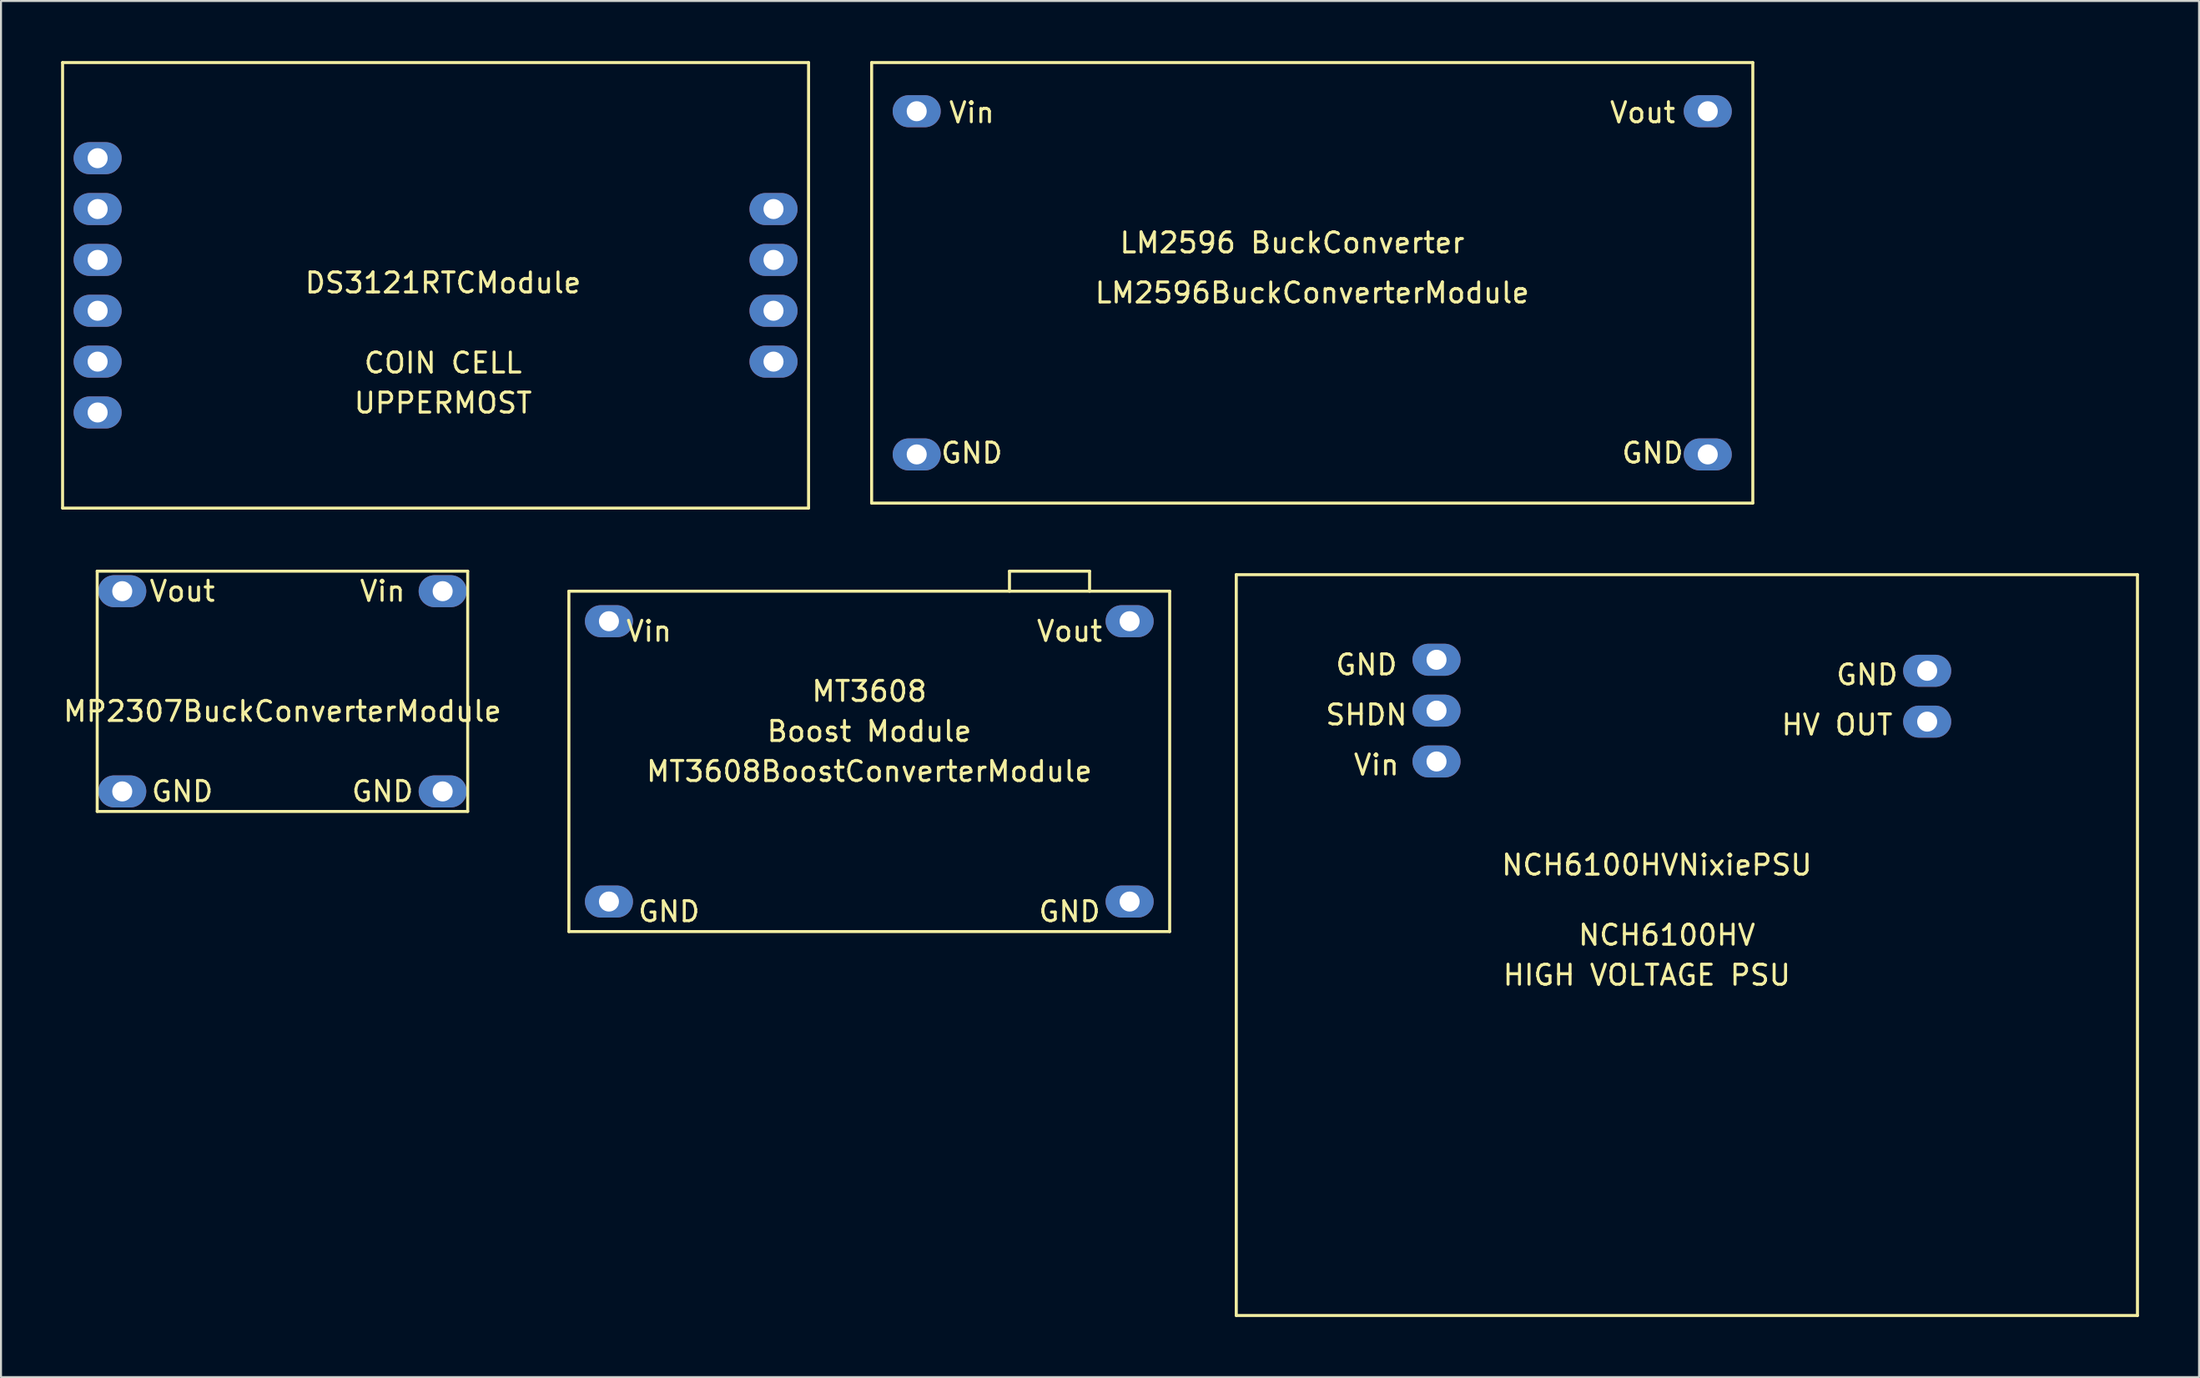
<source format=kicad_pcb>
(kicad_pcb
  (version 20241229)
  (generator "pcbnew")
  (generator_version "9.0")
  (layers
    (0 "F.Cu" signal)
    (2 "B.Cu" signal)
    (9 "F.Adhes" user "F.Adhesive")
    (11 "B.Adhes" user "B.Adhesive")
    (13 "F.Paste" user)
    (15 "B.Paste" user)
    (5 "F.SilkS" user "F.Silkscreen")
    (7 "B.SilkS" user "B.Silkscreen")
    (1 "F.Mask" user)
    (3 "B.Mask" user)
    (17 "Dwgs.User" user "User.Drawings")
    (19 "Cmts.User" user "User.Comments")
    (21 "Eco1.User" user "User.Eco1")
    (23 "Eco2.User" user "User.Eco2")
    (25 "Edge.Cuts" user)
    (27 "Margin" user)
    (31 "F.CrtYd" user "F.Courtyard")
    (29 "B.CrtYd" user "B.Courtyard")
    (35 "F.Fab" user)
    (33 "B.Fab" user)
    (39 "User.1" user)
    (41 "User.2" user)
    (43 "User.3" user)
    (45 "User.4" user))
  (footprint "LM2596BuckConverterModule"
    (layer "F.Cu")
    (at 62.475 11.075)
    (property "Reference" "LM2596BuckConverterModule" (at 0 0.5 0) (layer "F.SilkS") (effects (font (size 1 1) (thickness 0.15))))
    (attr through_hole)
    (fp_line (start -22 -11) (end -22 11) (stroke (width 0.15) (type solid)) (layer "F.SilkS"))
    (fp_line (start -22 11) (end 22 11) (stroke (width 0.15) (type solid)) (layer "F.SilkS"))
    (fp_line (start 22 -11) (end -22 -11) (stroke (width 0.15) (type solid)) (layer "F.SilkS"))
    (fp_line (start 22 11) (end 22 -11) (stroke (width 0.15) (type solid)) (layer "F.SilkS"))
    (fp_text user "GND" (at -17 8.5 0) (layer "F.SilkS") (effects (font (size 1 1) (thickness 0.15))))
    (fp_text user "LM2596 BuckConverter" (at -1 -2 0) (layer "F.SilkS") (effects (font (size 1 1) (thickness 0.15))))
    (fp_text user "Vin" (at -17 -8.5 0) (layer "F.SilkS") (effects (font (size 1 1) (thickness 0.15))))
    (fp_text user "GND" (at 17 8.5 0) (layer "F.SilkS") (effects (font (size 1 1) (thickness 0.15))))
    (fp_text user "Vout" (at 16.5 -8.5 0) (layer "F.SilkS") (effects (font (size 1 1) (thickness 0.15))))
    (pad "1" thru_hole oval (at -19.75 -8.57) (size 2.4 1.6) (drill 1) (layers "*.Cu" "*.Mask"))
    (pad "2" thru_hole oval (at -19.75 8.57) (size 2.4 1.6) (drill 1) (layers "*.Cu" "*.Mask"))
    (pad "3" thru_hole oval (at 19.75 8.57) (size 2.4 1.6) (drill 1) (layers "*.Cu" "*.Mask"))
    (pad "4" thru_hole oval (at 19.75 -8.57 180) (size 2.4 1.6) (drill 1) (layers "*.Cu" "*.Mask")))
  (footprint "DS3121RTCModule"
    (layer "F.Cu")
    (at 19.075 9.075)
    (property "Reference" "DS3121RTCModule" (at 0 2 0) (layer "F.SilkS") (effects (font (size 1 1) (thickness 0.15))))
    (attr through_hole)
    (fp_line (start -19 -9) (end -19 13.25) (stroke (width 0.15) (type solid)) (layer "F.SilkS"))
    (fp_line (start -19 -9) (end 18.25 -9) (stroke (width 0.15) (type solid)) (layer "F.SilkS"))
    (fp_line (start -19 13.25) (end 18.25 13.25) (stroke (width 0.15) (type solid)) (layer "F.SilkS"))
    (fp_line (start 18.25 -9) (end 18.25 13.25) (stroke (width 0.15) (type solid)) (layer "F.SilkS"))
    (fp_text user "UPPERMOST" (at 0 8 0) (layer "F.SilkS") (effects (font (size 1 1) (thickness 0.15))))
    (fp_text user "COIN CELL" (at 0 6 0) (layer "F.SilkS") (effects (font (size 1 1) (thickness 0.15))))
    (pad "1" thru_hole oval (at -17.25 -4.225) (size 2.4 1.6) (drill 1) (layers "*.Cu" "*.Mask"))
    (pad "2" thru_hole oval (at -17.25 -1.685) (size 2.4 1.6) (drill 1) (layers "*.Cu" "*.Mask"))
    (pad "3" thru_hole oval (at -17.25 0.855) (size 2.4 1.6) (drill 1) (layers "*.Cu" "*.Mask"))
    (pad "4" thru_hole oval (at -17.25 3.395) (size 2.4 1.6) (drill 1) (layers "*.Cu" "*.Mask"))
    (pad "5" thru_hole oval (at -17.25 5.935) (size 2.4 1.6) (drill 1) (layers "*.Cu" "*.Mask"))
    (pad "6" thru_hole oval (at -17.25 8.475) (size 2.4 1.6) (drill 1) (layers "*.Cu" "*.Mask"))
    (pad "7" thru_hole oval (at 16.5 5.935) (size 2.4 1.6) (drill 1) (layers "*.Cu" "*.Mask"))
    (pad "8" thru_hole oval (at 16.5 3.395) (size 2.4 1.6) (drill 1) (layers "*.Cu" "*.Mask"))
    (pad "9" thru_hole oval (at 16.5 0.855) (size 2.4 1.6) (drill 1) (layers "*.Cu" "*.Mask"))
    (pad "10" thru_hole oval (at 16.5 -1.685) (size 2.4 1.6) (drill 1) (layers "*.Cu" "*.Mask")))
  (footprint "MT3608BoostConverterModule"
    (layer "F.Cu")
    (at 25.357 26.475)
    (property "Reference" "MT3608BoostConverterModule" (at 15 9 0) (layer "F.SilkS") (effects (font (size 1 1) (thickness 0.15))))
    (attr through_hole)
    (fp_line (start 0 0) (end 0 17) (stroke (width 0.15) (type solid)) (layer "F.SilkS"))
    (fp_line (start 0 0) (end 30 0) (stroke (width 0.15) (type solid)) (layer "F.SilkS"))
    (fp_line (start 22 -1) (end 26 -1) (stroke (width 0.15) (type solid)) (layer "F.SilkS"))
    (fp_line (start 22 0) (end 22 -1) (stroke (width 0.15) (type solid)) (layer "F.SilkS"))
    (fp_line (start 26 -1) (end 26 0) (stroke (width 0.15) (type solid)) (layer "F.SilkS"))
    (fp_line (start 30 0) (end 30 17) (stroke (width 0.15) (type solid)) (layer "F.SilkS"))
    (fp_line (start 30 17) (end 0 17) (stroke (width 0.15) (type solid)) (layer "F.SilkS"))
    (fp_text user "MT3608" (at 15 5 0) (layer "F.SilkS") (effects (font (size 1 1) (thickness 0.15))))
    (fp_text user "Boost Module" (at 15 7 0) (layer "F.SilkS") (effects (font (size 1 1) (thickness 0.15))))
    (fp_text user "Vout" (at 25 2 0) (layer "F.SilkS") (effects (font (size 1 1) (thickness 0.15))))
    (fp_text user "GND" (at 5 16 0) (layer "F.SilkS") (effects (font (size 1 1) (thickness 0.15))))
    (fp_text user "GND" (at 25 16 0) (layer "F.SilkS") (effects (font (size 1 1) (thickness 0.15))))
    (fp_text user "Vin" (at 4 2 0) (layer "F.SilkS") (effects (font (size 1 1) (thickness 0.15))))
    (pad "1" thru_hole oval (at 2 1.5) (size 2.4 1.6) (drill 1) (layers "*.Cu" "*.Mask"))
    (pad "2" thru_hole oval (at 2 15.5) (size 2.4 1.6) (drill 1) (layers "*.Cu" "*.Mask"))
    (pad "3" thru_hole oval (at 28 15.5) (size 2.4 1.6) (drill 1) (layers "*.Cu" "*.Mask"))
    (pad "4" thru_hole oval (at 28 1.5) (size 2.4 1.6) (drill 1) (layers "*.Cu" "*.Mask")))
  (footprint "NCH6100HVNixiePSU"
    (layer "F.Cu")
    (at 58.682 25.65)
    (property "Reference" "NCH6100HVNixiePSU" (at 21 14.5 180) (layer "F.SilkS") (effects (font (size 1 1) (thickness 0.15))))
    (attr through_hole)
    (fp_line (start 0 0) (end 0 37) (stroke (width 0.15) (type solid)) (layer "F.SilkS"))
    (fp_line (start 0 0) (end 45 0) (stroke (width 0.15) (type solid)) (layer "F.SilkS"))
    (fp_line (start 45 0) (end 45 37) (stroke (width 0.15) (type solid)) (layer "F.SilkS"))
    (fp_line (start 45 37) (end 0 37) (stroke (width 0.15) (type solid)) (layer "F.SilkS"))
    (fp_text user "Vin" (at 7 9.5 180) (layer "F.SilkS") (effects (font (size 1 1) (thickness 0.15))))
    (fp_text user "HV OUT" (at 30 7.5 180) (layer "F.SilkS") (effects (font (size 1 1) (thickness 0.15))))
    (fp_text user "SHDN" (at 6.5 7 180) (layer "F.SilkS") (effects (font (size 1 1) (thickness 0.15))))
    (fp_text user "GND" (at 31.5 5 180) (layer "F.SilkS") (effects (font (size 1 1) (thickness 0.15))))
    (fp_text user "HIGH VOLTAGE PSU" (at 20.5 20 180) (layer "F.SilkS") (effects (font (size 1 1) (thickness 0.15))))
    (fp_text user "GND" (at 6.5 4.5 180) (layer "F.SilkS") (effects (font (size 1 1) (thickness 0.15))))
    (fp_text user "NCH6100HV" (at 21.5 18 180) (layer "F.SilkS") (effects (font (size 1 1) (thickness 0.15))))
    (pad "1" thru_hole oval (at 10 9.33) (size 2.4 1.6) (drill 1) (layers "*.Cu" "*.Mask"))
    (pad "2" thru_hole oval (at 10 6.79) (size 2.4 1.6) (drill 1) (layers "*.Cu" "*.Mask"))
    (pad "3" thru_hole oval (at 10 4.25) (size 2.4 1.6) (drill 1) (layers "*.Cu" "*.Mask"))
    (pad "4" thru_hole oval (at 34.5 4.8) (size 2.4 1.6) (drill 1) (layers "*.Cu" "*.Mask"))
    (pad "5" thru_hole oval (at 34.5 7.34) (size 2.4 1.6) (drill 1) (layers "*.Cu" "*.Mask")))
  (footprint "MP2307BuckConverterModule"
    (layer "F.Cu")
    (at 11.054 31.475)
    (property "Reference" "MP2307BuckConverterModule" (at 0 1 0) (layer "F.SilkS") (effects (font (size 1 1) (thickness 0.15))))
    (attr through_hole)
    (fp_line (start -9.25 -6) (end -9.25 6) (stroke (width 0.15) (type solid)) (layer "F.SilkS"))
    (fp_line (start -9.25 -6) (end 9.25 -6) (stroke (width 0.15) (type solid)) (layer "F.SilkS"))
    (fp_line (start -9.25 6) (end 9.25 6) (stroke (width 0.15) (type solid)) (layer "F.SilkS"))
    (fp_line (start 9.25 -6) (end 9.25 6) (stroke (width 0.15) (type solid)) (layer "F.SilkS"))
    (fp_text user "Vin" (at 5 -5 0) (layer "F.SilkS") (effects (font (size 1 1) (thickness 0.15))))
    (fp_text user "GND" (at 5 5 0) (layer "F.SilkS") (effects (font (size 1 1) (thickness 0.15))))
    (fp_text user "Vout" (at -5 -5 0) (layer "F.SilkS") (effects (font (size 1 1) (thickness 0.15))))
    (fp_text user "GND" (at -5 5 0) (layer "F.SilkS") (effects (font (size 1 1) (thickness 0.15))))
    (pad "1" thru_hole oval (at -8 -5) (size 2.4 1.6) (drill 1) (layers "*.Cu" "*.Mask"))
    (pad "2" thru_hole oval (at -8 5) (size 2.4 1.6) (drill 1) (layers "*.Cu" "*.Mask"))
    (pad "3" thru_hole oval (at 8 5) (size 2.4 1.6) (drill 1) (layers "*.Cu" "*.Mask"))
    (pad "4" thru_hole oval (at 8 -5) (size 2.4 1.6) (drill 1) (layers "*.Cu" "*.Mask")))
  (gr_rect
    (start -3 -3)
    (end 106.757 65.725)
    (stroke (width 0.1) (type default))
    (fill no)
    (layer "Edge.Cuts")))
</source>
